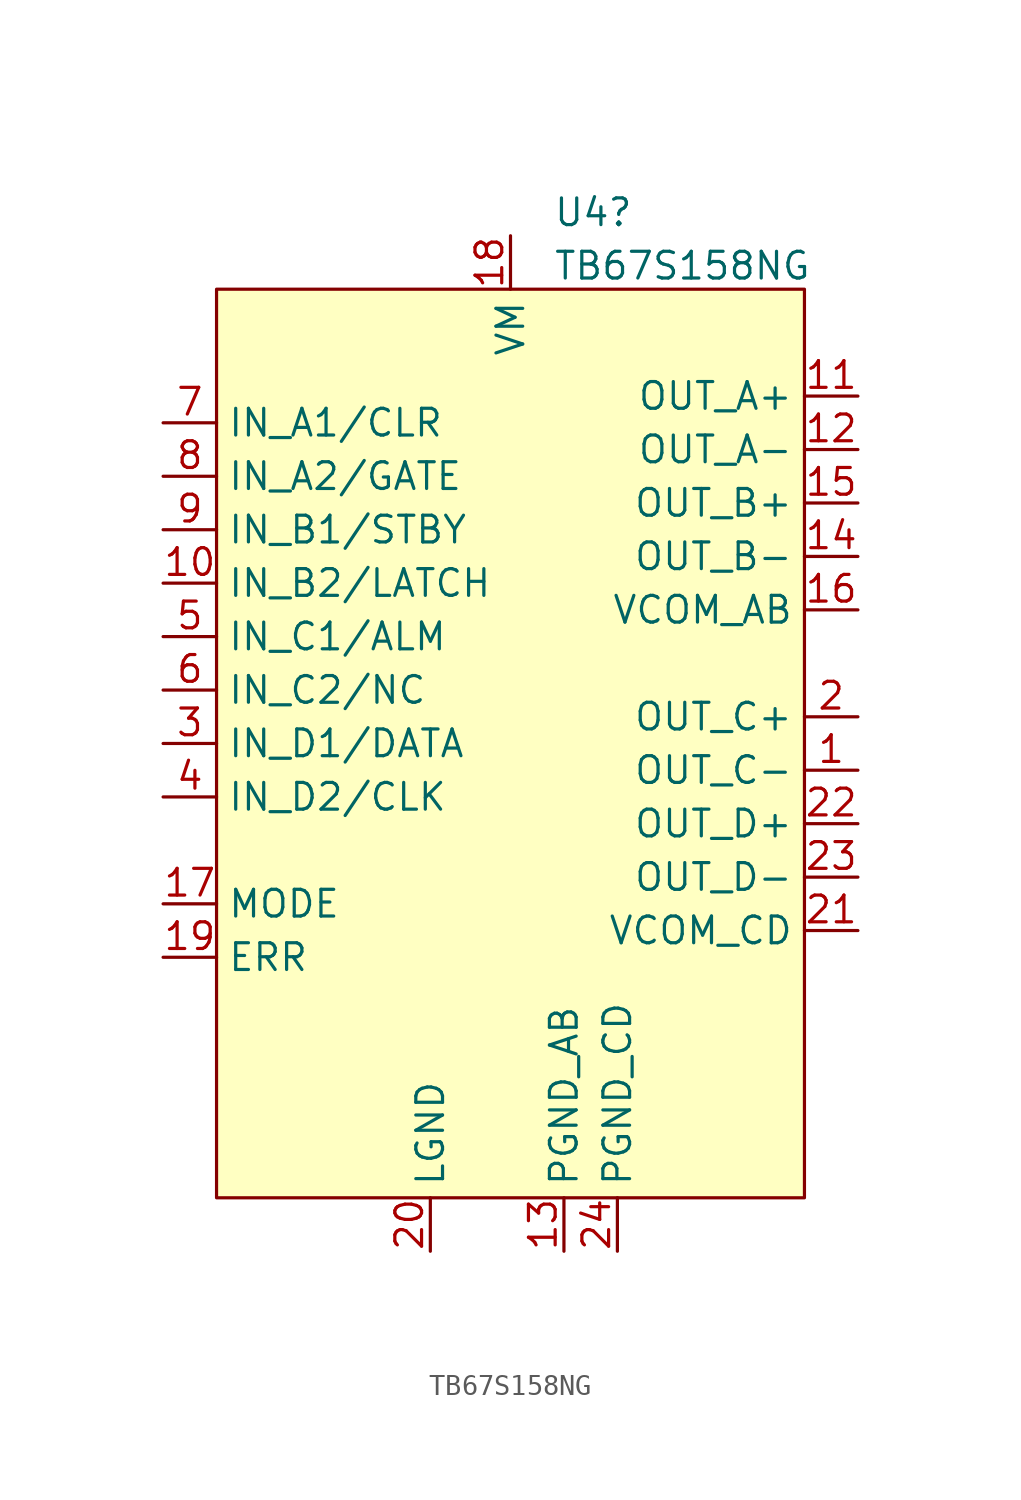
<source format=kicad_sym>
(kicad_symbol_lib
  (version 20211014)
  (generator kicad_symbol_editor)
  (symbol "TB67S158NG"
    (property "Reference" "U4"
      (at 2.019 25.239 0)
      (effects (font (size 1.27 1.27)) (justify left)))
    (property "Value" "TB67S158NG"
      (at 2.019 22.702 0)
      (effects (font (size 1.27 1.27)) (justify left)))
    (symbol "TB67S158NG_0_1"
      (rectangle (start -13.97 21.59) (end 13.97 -21.59) (stroke (width 0.152) (type default) (color 0 0 0 0)) (fill (type background))))
    (symbol "TB67S158NG_1_1"
      (pin open_collector line (at 16.51 -1.27 180) (length 2.54) (name "OUT_C-" (effects (font (size 1.27 1.27)))) (number "1" (effects (font (size 1.27 1.27)))))
      (pin input line (at -16.51 7.62 0) (length 2.54) (name "IN_B2/LATCH" (effects (font (size 1.27 1.27)))) (number "10" (effects (font (size 1.27 1.27)))))
      (pin open_collector line (at 16.51 16.51 180) (length 2.54) (name "OUT_A+" (effects (font (size 1.27 1.27)))) (number "11" (effects (font (size 1.27 1.27)))))
      (pin open_collector line (at 16.51 13.97 180) (length 2.54) (name "OUT_A-" (effects (font (size 1.27 1.27)))) (number "12" (effects (font (size 1.27 1.27)))))
      (pin power_in line (at 2.54 -24.13 90) (length 2.54) (name "PGND_AB" (effects (font (size 1.27 1.27)))) (number "13" (effects (font (size 1.27 1.27)))))
      (pin open_collector line (at 16.51 8.89 180) (length 2.54) (name "OUT_B-" (effects (font (size 1.27 1.27)))) (number "14" (effects (font (size 1.27 1.27)))))
      (pin open_collector line (at 16.51 11.43 180) (length 2.54) (name "OUT_B+" (effects (font (size 1.27 1.27)))) (number "15" (effects (font (size 1.27 1.27)))))
      (pin unspecified line (at 16.51 6.35 180) (length 2.54) (name "VCOM_AB" (effects (font (size 1.27 1.27)))) (number "16" (effects (font (size 1.27 1.27)))))
      (pin input line (at -16.51 -7.62 0) (length 2.54) (name "MODE" (effects (font (size 1.27 1.27)))) (number "17" (effects (font (size 1.27 1.27)))))
      (pin power_in line (at 0 24.13 270) (length 2.54) (name "VM" (effects (font (size 1.27 1.27)))) (number "18" (effects (font (size 1.27 1.27)))))
      (pin open_collector line (at -16.51 -10.16 0) (length 2.54) (name "ERR" (effects (font (size 1.27 1.27)))) (number "19" (effects (font (size 1.27 1.27)))))
      (pin open_collector line (at 16.51 1.27 180) (length 2.54) (name "OUT_C+" (effects (font (size 1.27 1.27)))) (number "2" (effects (font (size 1.27 1.27)))))
      (pin power_in line (at -3.81 -24.13 90) (length 2.54) (name "LGND" (effects (font (size 1.27 1.27)))) (number "20" (effects (font (size 1.27 1.27)))))
      (pin unspecified line (at 16.51 -8.89 180) (length 2.54) (name "VCOM_CD" (effects (font (size 1.27 1.27)))) (number "21" (effects (font (size 1.27 1.27)))))
      (pin open_collector line (at 16.51 -3.81 180) (length 2.54) (name "OUT_D+" (effects (font (size 1.27 1.27)))) (number "22" (effects (font (size 1.27 1.27)))))
      (pin open_collector line (at 16.51 -6.35 180) (length 2.54) (name "OUT_D-" (effects (font (size 1.27 1.27)))) (number "23" (effects (font (size 1.27 1.27)))))
      (pin power_in line (at 5.08 -24.13 90) (length 2.54) (name "PGND_CD" (effects (font (size 1.27 1.27)))) (number "24" (effects (font (size 1.27 1.27)))))
      (pin input line (at -16.51 0 0) (length 2.54) (name "IN_D1/DATA" (effects (font (size 1.27 1.27)))) (number "3" (effects (font (size 1.27 1.27)))))
      (pin input line (at -16.51 -2.54 0) (length 2.54) (name "IN_D2/CLK" (effects (font (size 1.27 1.27)))) (number "4" (effects (font (size 1.27 1.27)))))
      (pin bidirectional line (at -16.51 5.08 0) (length 2.54) (name "IN_C1/ALM" (effects (font (size 1.27 1.27)))) (number "5" (effects (font (size 1.27 1.27)))))
      (pin input line (at -16.51 2.54 0) (length 2.54) (name "IN_C2/NC" (effects (font (size 1.27 1.27)))) (number "6" (effects (font (size 1.27 1.27)))))
      (pin input line (at -16.51 15.24 0) (length 2.54) (name "IN_A1/CLR" (effects (font (size 1.27 1.27)))) (number "7" (effects (font (size 1.27 1.27)))))
      (pin input line (at -16.51 12.7 0) (length 2.54) (name "IN_A2/GATE" (effects (font (size 1.27 1.27)))) (number "8" (effects (font (size 1.27 1.27)))))
      (pin input line (at -16.51 10.16 0) (length 2.54) (name "IN_B1/STBY" (effects (font (size 1.27 1.27)))) (number "9" (effects (font (size 1.27 1.27))))))))
</source>
